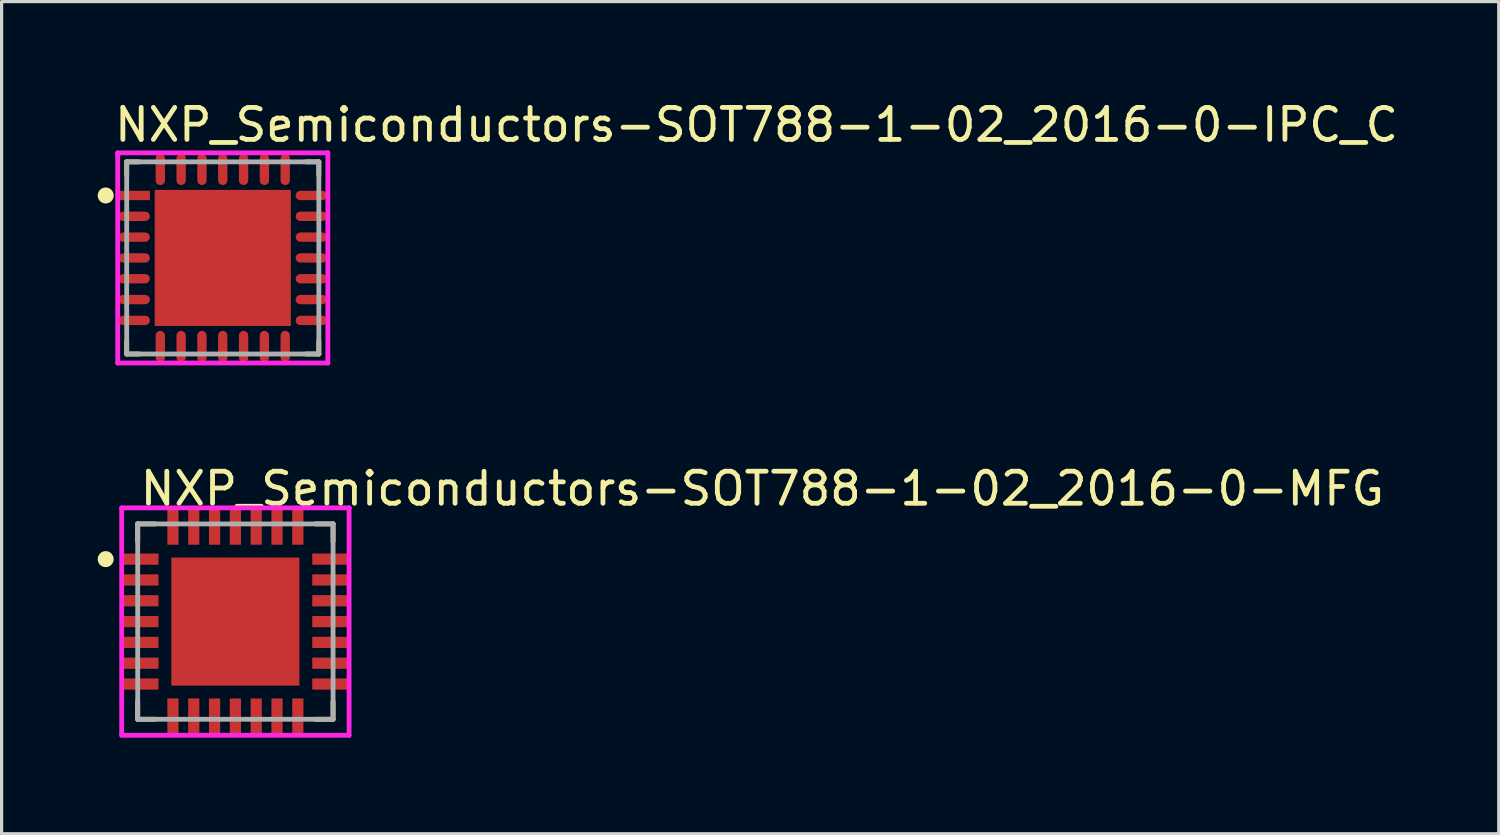
<source format=kicad_pcb>
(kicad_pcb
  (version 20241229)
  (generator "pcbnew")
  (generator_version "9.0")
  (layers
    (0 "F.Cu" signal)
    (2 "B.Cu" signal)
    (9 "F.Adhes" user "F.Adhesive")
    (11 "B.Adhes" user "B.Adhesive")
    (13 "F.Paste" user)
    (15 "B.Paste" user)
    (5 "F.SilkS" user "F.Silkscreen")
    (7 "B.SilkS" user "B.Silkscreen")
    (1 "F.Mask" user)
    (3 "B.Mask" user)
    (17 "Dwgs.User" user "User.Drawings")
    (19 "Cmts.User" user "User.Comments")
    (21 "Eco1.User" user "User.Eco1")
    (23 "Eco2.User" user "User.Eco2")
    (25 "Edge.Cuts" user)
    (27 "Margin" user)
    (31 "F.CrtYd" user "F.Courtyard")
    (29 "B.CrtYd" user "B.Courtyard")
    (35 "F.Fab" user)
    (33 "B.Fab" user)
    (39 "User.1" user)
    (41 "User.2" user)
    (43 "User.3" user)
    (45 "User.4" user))
  (footprint "NXP_Semiconductors-SOT788-1-02_2016-0-IPC_C"
    (layer "F.Cu")
    (at 3.906 5.004)
    (property "Reference" "NXP_Semiconductors-SOT788-1-02_2016-0-IPC_C" (at -3.456 -4.156 0) (layer "F.SilkS") (effects (font (size 1 1) (thickness 0.15)) (justify left)))
    (attr through_hole)
    (fp_line (start -3 -3) (end -3 -2.6) (stroke (width 0.15) (type solid)) (layer "F.SilkS"))
    (fp_line (start -3 3) (end -3 2.6) (stroke (width 0.15) (type solid)) (layer "F.SilkS"))
    (fp_line (start -2.6 -3) (end -3 -3) (stroke (width 0.15) (type solid)) (layer "F.SilkS"))
    (fp_line (start -2.6 3) (end -3 3) (stroke (width 0.15) (type solid)) (layer "F.SilkS"))
    (fp_line (start 2.6 -3) (end 3 -3) (stroke (width 0.15) (type solid)) (layer "F.SilkS"))
    (fp_line (start 2.6 3) (end 3 3) (stroke (width 0.15) (type solid)) (layer "F.SilkS"))
    (fp_line (start 3 -3) (end 3 -2.6) (stroke (width 0.15) (type solid)) (layer "F.SilkS"))
    (fp_line (start 3 3) (end 3 2.6) (stroke (width 0.15) (type solid)) (layer "F.SilkS"))
    (fp_circle (center -3.656 -1.95) (end -3.531 -1.95) (stroke (width 0.25) (type solid)) (fill no) (layer "F.SilkS"))
    (fp_poly (pts (xy -1.344 -1.344) (xy 1.344 -1.344) (xy 1.344 1.344) (xy -1.344 1.344)) (stroke (width 0) (type solid)) (fill yes) (layer "F.Paste"))
    (fp_line (start -3.281 -3.281) (end -3.281 3.281) (stroke (width 0.15) (type solid)) (layer "F.CrtYd"))
    (fp_line (start -3.281 3.281) (end 3.281 3.281) (stroke (width 0.15) (type solid)) (layer "F.CrtYd"))
    (fp_line (start 3.281 -3.281) (end -3.281 -3.281) (stroke (width 0.15) (type solid)) (layer "F.CrtYd"))
    (fp_line (start 3.281 -3.281) (end 3.281 -3.281) (stroke (width 0.15) (type solid)) (layer "F.CrtYd"))
    (fp_line (start 3.281 3.281) (end 3.281 -3.281) (stroke (width 0.15) (type solid)) (layer "F.CrtYd"))
    (fp_line (start -3 -3) (end 3 -3) (stroke (width 0.15) (type solid)) (layer "F.Fab"))
    (fp_line (start -3 3) (end -3 -3) (stroke (width 0.15) (type solid)) (layer "F.Fab"))
    (fp_line (start 3 -3) (end 3 3) (stroke (width 0.15) (type solid)) (layer "F.Fab"))
    (fp_line (start 3 3) (end -3 3) (stroke (width 0.15) (type solid)) (layer "F.Fab"))
    (pad "1" smd rect (at -2.766 -1.95) (size 0.981 0.292) (layers "F.Cu" "F.Mask" "F.Paste"))
    (pad "2" smd roundrect (at -2.766 -1.3) (size 0.981 0.292) (layers "F.Cu" "F.Mask" "F.Paste") (roundrect_rratio 0.5))
    (pad "3" smd roundrect (at -2.766 -0.65) (size 0.981 0.292) (layers "F.Cu" "F.Mask" "F.Paste") (roundrect_rratio 0.5))
    (pad "4" smd roundrect (at -2.766 0) (size 0.981 0.292) (layers "F.Cu" "F.Mask" "F.Paste") (roundrect_rratio 0.5))
    (pad "5" smd roundrect (at -2.766 0.65) (size 0.981 0.292) (layers "F.Cu" "F.Mask" "F.Paste") (roundrect_rratio 0.5))
    (pad "6" smd roundrect (at -2.766 1.3) (size 0.981 0.292) (layers "F.Cu" "F.Mask" "F.Paste") (roundrect_rratio 0.5))
    (pad "7" smd roundrect (at -2.766 1.95) (size 0.981 0.292) (layers "F.Cu" "F.Mask" "F.Paste") (roundrect_rratio 0.5))
    (pad "8" smd roundrect (at -1.95 2.766) (size 0.292 0.981) (layers "F.Cu" "F.Mask" "F.Paste") (roundrect_rratio 0.5))
    (pad "9" smd roundrect (at -1.3 2.766) (size 0.292 0.981) (layers "F.Cu" "F.Mask" "F.Paste") (roundrect_rratio 0.5))
    (pad "10" smd roundrect (at -0.65 2.766) (size 0.292 0.981) (layers "F.Cu" "F.Mask" "F.Paste") (roundrect_rratio 0.5))
    (pad "11" smd roundrect (at 0 2.766) (size 0.292 0.981) (layers "F.Cu" "F.Mask" "F.Paste") (roundrect_rratio 0.5))
    (pad "12" smd roundrect (at 0.65 2.766) (size 0.292 0.981) (layers "F.Cu" "F.Mask" "F.Paste") (roundrect_rratio 0.5))
    (pad "13" smd roundrect (at 1.3 2.766) (size 0.292 0.981) (layers "F.Cu" "F.Mask" "F.Paste") (roundrect_rratio 0.5))
    (pad "14" smd roundrect (at 1.95 2.766) (size 0.292 0.981) (layers "F.Cu" "F.Mask" "F.Paste") (roundrect_rratio 0.5))
    (pad "15" smd roundrect (at 2.766 1.95) (size 0.981 0.292) (layers "F.Cu" "F.Mask" "F.Paste") (roundrect_rratio 0.5))
    (pad "16" smd roundrect (at 2.766 1.3) (size 0.981 0.292) (layers "F.Cu" "F.Mask" "F.Paste") (roundrect_rratio 0.5))
    (pad "17" smd roundrect (at 2.766 0.65) (size 0.981 0.292) (layers "F.Cu" "F.Mask" "F.Paste") (roundrect_rratio 0.5))
    (pad "18" smd roundrect (at 2.766 0) (size 0.981 0.292) (layers "F.Cu" "F.Mask" "F.Paste") (roundrect_rratio 0.5))
    (pad "19" smd roundrect (at 2.766 -0.65) (size 0.981 0.292) (layers "F.Cu" "F.Mask" "F.Paste") (roundrect_rratio 0.5))
    (pad "20" smd roundrect (at 2.766 -1.3) (size 0.981 0.292) (layers "F.Cu" "F.Mask" "F.Paste") (roundrect_rratio 0.5))
    (pad "21" smd roundrect (at 2.766 -1.95) (size 0.981 0.292) (layers "F.Cu" "F.Mask" "F.Paste") (roundrect_rratio 0.5))
    (pad "22" smd roundrect (at 1.95 -2.766) (size 0.292 0.981) (layers "F.Cu" "F.Mask" "F.Paste") (roundrect_rratio 0.5))
    (pad "23" smd roundrect (at 1.3 -2.766) (size 0.292 0.981) (layers "F.Cu" "F.Mask" "F.Paste") (roundrect_rratio 0.5))
    (pad "24" smd roundrect (at 0.65 -2.766) (size 0.292 0.981) (layers "F.Cu" "F.Mask" "F.Paste") (roundrect_rratio 0.5))
    (pad "25" smd roundrect (at 0 -2.766) (size 0.292 0.981) (layers "F.Cu" "F.Mask" "F.Paste") (roundrect_rratio 0.5))
    (pad "26" smd roundrect (at -0.65 -2.766) (size 0.292 0.981) (layers "F.Cu" "F.Mask" "F.Paste") (roundrect_rratio 0.5))
    (pad "27" smd roundrect (at -1.3 -2.766) (size 0.292 0.981) (layers "F.Cu" "F.Mask" "F.Paste") (roundrect_rratio 0.5))
    (pad "28" smd roundrect (at -1.95 -2.766) (size 0.292 0.981) (layers "F.Cu" "F.Mask" "F.Paste") (roundrect_rratio 0.5))
    (pad "29" smd rect (at 0 0) (size 4.25 4.25) (layers "F.Cu" "F.Mask")))
  (footprint "NXP_Semiconductors-SOT788-1-02_2016-0-MFG"
    (layer "F.Cu")
    (at 4.3 16.359)
    (property "Reference" "NXP_Semiconductors-SOT788-1-02_2016-0-MFG" (at -3.05 -4.15 0) (layer "F.SilkS") (effects (font (size 1 1) (thickness 0.15)) (justify left)))
    (attr through_hole)
    (fp_line (start -3.05 -3.05) (end -2.5 -3.05) (stroke (width 0.15) (type solid)) (layer "F.SilkS"))
    (fp_line (start -3.05 -2.5) (end -3.05 -3.05) (stroke (width 0.15) (type solid)) (layer "F.SilkS"))
    (fp_line (start -3.05 3.05) (end -3.05 2.5) (stroke (width 0.15) (type solid)) (layer "F.SilkS"))
    (fp_line (start -3.05 3.05) (end -2.5 3.05) (stroke (width 0.15) (type solid)) (layer "F.SilkS"))
    (fp_line (start 2.5 -3.05) (end 3.05 -3.05) (stroke (width 0.15) (type solid)) (layer "F.SilkS"))
    (fp_line (start 2.5 3.05) (end 3.05 3.05) (stroke (width 0.15) (type solid)) (layer "F.SilkS"))
    (fp_line (start 3.05 -2.5) (end 3.05 -3.05) (stroke (width 0.15) (type solid)) (layer "F.SilkS"))
    (fp_line (start 3.05 3.05) (end 3.05 2.5) (stroke (width 0.15) (type solid)) (layer "F.SilkS"))
    (fp_circle (center -4.05 -1.95) (end -3.925 -1.95) (stroke (width 0.25) (type solid)) (fill no) (layer "F.SilkS"))
    (fp_line (start -3.55 -3.55) (end -3.55 3.55) (stroke (width 0.15) (type solid)) (layer "F.CrtYd"))
    (fp_line (start -3.55 3.55) (end 3.55 3.55) (stroke (width 0.15) (type solid)) (layer "F.CrtYd"))
    (fp_line (start 3.55 -3.55) (end -3.55 -3.55) (stroke (width 0.15) (type solid)) (layer "F.CrtYd"))
    (fp_line (start 3.55 -3.55) (end 3.55 -3.55) (stroke (width 0.15) (type solid)) (layer "F.CrtYd"))
    (fp_line (start 3.55 3.55) (end 3.55 -3.55) (stroke (width 0.15) (type solid)) (layer "F.CrtYd"))
    (fp_line (start -3.05 -3.05) (end 3.05 -3.05) (stroke (width 0.15) (type solid)) (layer "F.Fab"))
    (fp_line (start -3.05 3.05) (end -3.05 -3.05) (stroke (width 0.15) (type solid)) (layer "F.Fab"))
    (fp_line (start 3.05 -3.05) (end 3.05 3.05) (stroke (width 0.15) (type solid)) (layer "F.Fab"))
    (fp_line (start 3.05 3.05) (end -3.05 3.05) (stroke (width 0.15) (type solid)) (layer "F.Fab"))
    (pad "" smd rect (at -2.95 -1.95) (size 1.05 0.3) (layers "F.Paste"))
    (pad "" smd rect (at -2.95 -1.3) (size 1.05 0.3) (layers "F.Paste"))
    (pad "" smd rect (at -2.95 -0.65) (size 1.05 0.3) (layers "F.Paste"))
    (pad "" smd rect (at -2.95 0) (size 1.05 0.3) (layers "F.Paste"))
    (pad "" smd rect (at -2.95 0.65) (size 1.05 0.3) (layers "F.Paste"))
    (pad "" smd rect (at -2.95 1.3) (size 1.05 0.3) (layers "F.Paste"))
    (pad "" smd rect (at -2.95 1.95) (size 1.05 0.3) (layers "F.Paste"))
    (pad "" smd rect (at -1.95 -2.95) (size 0.3 1.05) (layers "F.Paste"))
    (pad "" smd rect (at -1.95 2.95) (size 0.3 1.05) (layers "F.Paste"))
    (pad "" smd rect (at -1.3 -2.95) (size 0.3 1.05) (layers "F.Paste"))
    (pad "" smd rect (at -1.3 2.95) (size 0.3 1.05) (layers "F.Paste"))
    (pad "" smd rect (at -0.9 -0.9) (size 0.6 0.6) (layers "F.Paste"))
    (pad "" smd rect (at -0.9 0) (size 0.6 0.6) (layers "F.Paste"))
    (pad "" smd rect (at -0.9 0.9) (size 0.6 0.6) (layers "F.Paste"))
    (pad "" smd rect (at -0.65 -2.95) (size 0.3 1.05) (layers "F.Paste"))
    (pad "" smd rect (at -0.65 2.95) (size 0.3 1.05) (layers "F.Paste"))
    (pad "" smd rect (at 0 -2.95) (size 0.3 1.05) (layers "F.Paste"))
    (pad "" smd rect (at 0 -0.9) (size 0.6 0.6) (layers "F.Paste"))
    (pad "" smd rect (at 0 0) (size 0.6 0.6) (layers "F.Paste"))
    (pad "" smd rect (at 0 0.9) (size 0.6 0.6) (layers "F.Paste"))
    (pad "" smd rect (at 0 2.95) (size 0.3 1.05) (layers "F.Paste"))
    (pad "" smd rect (at 0.65 -2.95) (size 0.3 1.05) (layers "F.Paste"))
    (pad "" smd rect (at 0.65 2.95) (size 0.3 1.05) (layers "F.Paste"))
    (pad "" smd rect (at 0.9 -0.9) (size 0.6 0.6) (layers "F.Paste"))
    (pad "" smd rect (at 0.9 0) (size 0.6 0.6) (layers "F.Paste"))
    (pad "" smd rect (at 0.9 0.9) (size 0.6 0.6) (layers "F.Paste"))
    (pad "" smd rect (at 1.3 -2.95) (size 0.3 1.05) (layers "F.Paste"))
    (pad "" smd rect (at 1.3 2.95) (size 0.3 1.05) (layers "F.Paste"))
    (pad "" smd rect (at 1.95 -2.95) (size 0.3 1.05) (layers "F.Paste"))
    (pad "" smd rect (at 1.95 2.95) (size 0.3 1.05) (layers "F.Paste"))
    (pad "" smd rect (at 2.95 -1.95) (size 1.05 0.3) (layers "F.Paste"))
    (pad "" smd rect (at 2.95 -1.3) (size 1.05 0.3) (layers "F.Paste"))
    (pad "" smd rect (at 2.95 -0.65) (size 1.05 0.3) (layers "F.Paste"))
    (pad "" smd rect (at 2.95 0) (size 1.05 0.3) (layers "F.Paste"))
    (pad "" smd rect (at 2.95 0.65) (size 1.05 0.3) (layers "F.Paste"))
    (pad "" smd rect (at 2.95 1.3) (size 1.05 0.3) (layers "F.Paste"))
    (pad "" smd rect (at 2.95 1.95) (size 1.05 0.3) (layers "F.Paste"))
    (pad "1" smd rect (at -2.95 -1.95) (size 1.1 0.35) (layers "F.Cu" "F.Mask"))
    (pad "2" smd rect (at -2.95 -1.3) (size 1.1 0.35) (layers "F.Cu" "F.Mask"))
    (pad "3" smd rect (at -2.95 -0.65) (size 1.1 0.35) (layers "F.Cu" "F.Mask"))
    (pad "4" smd rect (at -2.95 0) (size 1.1 0.35) (layers "F.Cu" "F.Mask"))
    (pad "5" smd rect (at -2.95 0.65) (size 1.1 0.35) (layers "F.Cu" "F.Mask"))
    (pad "6" smd rect (at -2.95 1.3) (size 1.1 0.35) (layers "F.Cu" "F.Mask"))
    (pad "7" smd rect (at -2.95 1.95) (size 1.1 0.35) (layers "F.Cu" "F.Mask"))
    (pad "8" smd rect (at -1.95 2.95) (size 0.35 1.1) (layers "F.Cu" "F.Mask"))
    (pad "9" smd rect (at -1.3 2.95) (size 0.35 1.1) (layers "F.Cu" "F.Mask"))
    (pad "10" smd rect (at -0.65 2.95) (size 0.35 1.1) (layers "F.Cu" "F.Mask"))
    (pad "11" smd rect (at 0 2.95) (size 0.35 1.1) (layers "F.Cu" "F.Mask"))
    (pad "12" smd rect (at 0.65 2.95) (size 0.35 1.1) (layers "F.Cu" "F.Mask"))
    (pad "13" smd rect (at 1.3 2.95) (size 0.35 1.1) (layers "F.Cu" "F.Mask"))
    (pad "14" smd rect (at 1.95 2.95) (size 0.35 1.1) (layers "F.Cu" "F.Mask"))
    (pad "15" smd rect (at 2.95 1.95) (size 1.1 0.35) (layers "F.Cu" "F.Mask"))
    (pad "16" smd rect (at 2.95 1.3) (size 1.1 0.35) (layers "F.Cu" "F.Mask"))
    (pad "17" smd rect (at 2.95 0.65) (size 1.1 0.35) (layers "F.Cu" "F.Mask"))
    (pad "18" smd rect (at 2.95 0) (size 1.1 0.35) (layers "F.Cu" "F.Mask"))
    (pad "19" smd rect (at 2.95 -0.65) (size 1.1 0.35) (layers "F.Cu" "F.Mask"))
    (pad "20" smd rect (at 2.95 -1.3) (size 1.1 0.35) (layers "F.Cu" "F.Mask"))
    (pad "21" smd rect (at 2.95 -1.95) (size 1.1 0.35) (layers "F.Cu" "F.Mask"))
    (pad "22" smd rect (at 1.95 -2.95) (size 0.35 1.1) (layers "F.Cu" "F.Mask"))
    (pad "23" smd rect (at 1.3 -2.95) (size 0.35 1.1) (layers "F.Cu" "F.Mask"))
    (pad "24" smd rect (at 0.65 -2.95) (size 0.35 1.1) (layers "F.Cu" "F.Mask"))
    (pad "25" smd rect (at 0 -2.95) (size 0.35 1.1) (layers "F.Cu" "F.Mask"))
    (pad "26" smd rect (at -0.65 -2.95) (size 0.35 1.1) (layers "F.Cu" "F.Mask"))
    (pad "27" smd rect (at -1.3 -2.95) (size 0.35 1.1) (layers "F.Cu" "F.Mask"))
    (pad "28" smd rect (at -1.95 -2.95) (size 0.35 1.1) (layers "F.Cu" "F.Mask"))
    (pad "29" smd rect (at 0 0) (size 4 4) (layers "F.Cu" "F.Mask")))
  (gr_rect
    (start -3 -3)
    (end 43.748 22.984)
    (stroke (width 0.1) (type default))
    (fill no)
    (layer "Edge.Cuts")))
</source>
